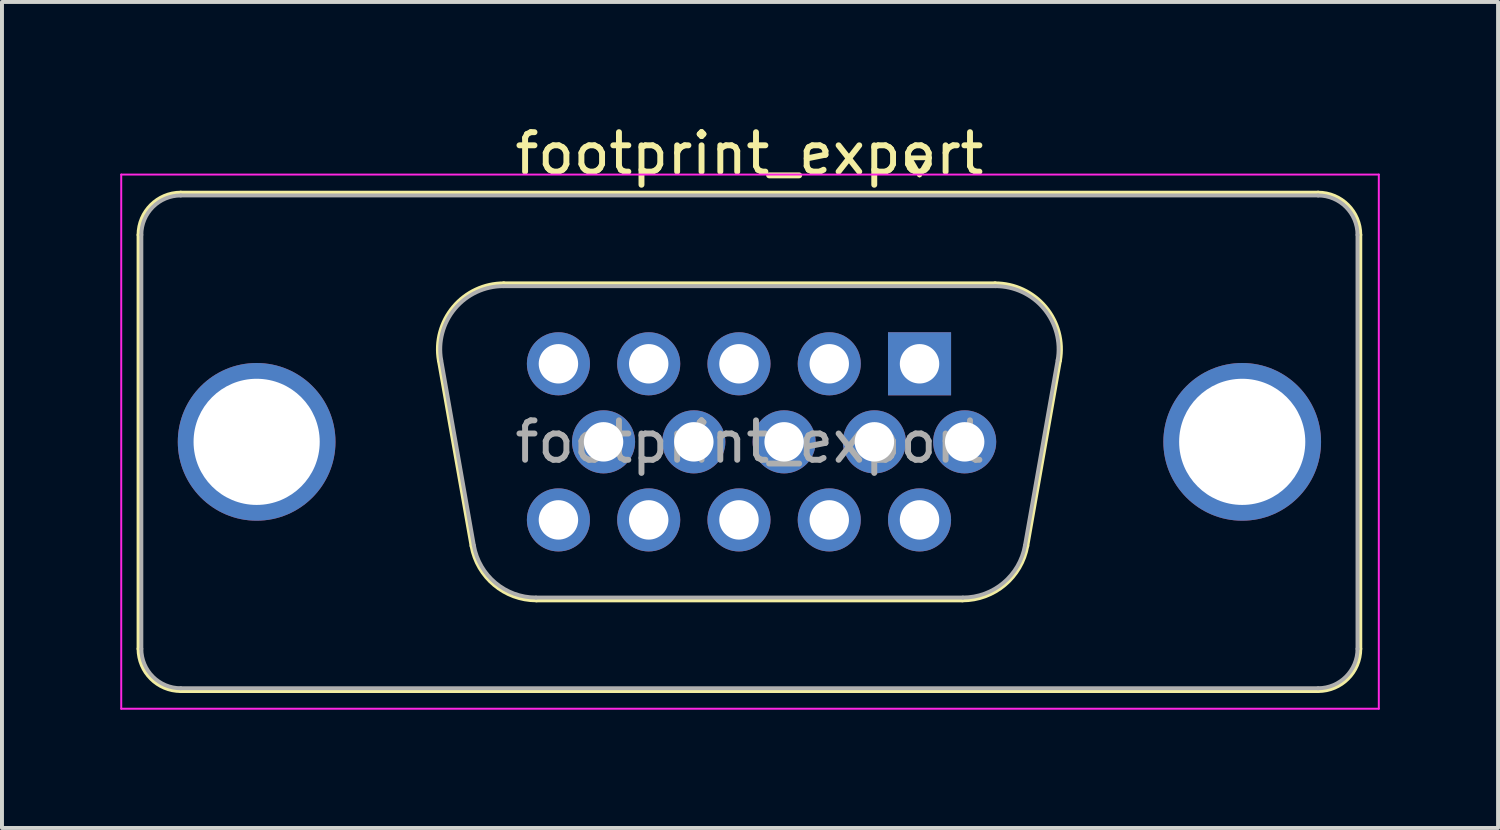
<source format=kicad_pcb>
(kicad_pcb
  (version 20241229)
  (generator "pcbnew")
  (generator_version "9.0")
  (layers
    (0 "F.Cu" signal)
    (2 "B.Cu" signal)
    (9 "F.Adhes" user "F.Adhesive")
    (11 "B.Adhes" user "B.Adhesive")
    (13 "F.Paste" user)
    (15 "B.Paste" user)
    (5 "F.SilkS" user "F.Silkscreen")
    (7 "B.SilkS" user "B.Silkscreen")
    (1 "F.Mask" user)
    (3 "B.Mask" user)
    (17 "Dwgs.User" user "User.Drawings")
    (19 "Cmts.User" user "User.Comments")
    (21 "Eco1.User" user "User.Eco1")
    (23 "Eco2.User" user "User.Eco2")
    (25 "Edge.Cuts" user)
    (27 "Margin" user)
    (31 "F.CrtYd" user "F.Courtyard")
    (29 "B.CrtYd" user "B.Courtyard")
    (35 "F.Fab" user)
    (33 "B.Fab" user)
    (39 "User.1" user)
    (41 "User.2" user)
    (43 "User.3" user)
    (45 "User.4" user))
  (footprint "footprint_export"
    (layer "F.Cu")
    (at 20.275 6.178)
    (property "Reference" "footprint_export" (at -4.315 -5.33 0) (layer "F.SilkS") (effects (font (size 1 1) (thickness 0.15))))
    (attr through_hole)
    (fp_line (start -19.8 7.23) (end -19.8 -3.27) (stroke (width 0.12) (type solid)) (layer "F.SilkS"))
    (fp_line (start -18.74 -4.33) (end 10.11 -4.33) (stroke (width 0.12) (type solid)) (layer "F.SilkS"))
    (fp_line (start -12.181 -0.082) (end -11.353 4.618) (stroke (width 0.12) (type solid)) (layer "F.SilkS"))
    (fp_line (start -10.547 -2.03) (end 1.917 -2.03) (stroke (width 0.12) (type solid)) (layer "F.SilkS"))
    (fp_line (start -9.718 5.99) (end 1.088 5.99) (stroke (width 0.12) (type solid)) (layer "F.SilkS"))
    (fp_line (start -0.25 -5.224) (end 0.25 -5.224) (stroke (width 0.12) (type solid)) (layer "F.SilkS"))
    (fp_line (start 0 -4.791) (end -0.25 -5.224) (stroke (width 0.12) (type solid)) (layer "F.SilkS"))
    (fp_line (start 0.25 -5.224) (end 0 -4.791) (stroke (width 0.12) (type solid)) (layer "F.SilkS"))
    (fp_line (start 3.551 -0.082) (end 2.723 4.618) (stroke (width 0.12) (type solid)) (layer "F.SilkS"))
    (fp_line (start 10.11 8.29) (end -18.74 8.29) (stroke (width 0.12) (type solid)) (layer "F.SilkS"))
    (fp_line (start 11.17 -3.27) (end 11.17 7.23) (stroke (width 0.12) (type solid)) (layer "F.SilkS"))
    (fp_arc (start -19.8 -3.27) (mid -19.489533 -4.019533) (end -18.74 -4.33) (stroke (width 0.12) (type solid)) (layer "F.SilkS"))
    (fp_arc (start -18.74 8.29) (mid -19.489533 7.979533) (end -19.8 7.23) (stroke (width 0.12) (type solid)) (layer "F.SilkS"))
    (fp_arc (start -12.18147 -0.081744) (mid -11.818323 -1.437028) (end -10.546689 -2.03) (stroke (width 0.12) (type solid)) (layer "F.SilkS"))
    (fp_arc (start -9.717952 5.99) (mid -10.784979 5.601634) (end -11.352733 4.618256) (stroke (width 0.12) (type solid)) (layer "F.SilkS"))
    (fp_arc (start 1.916689 -2.03) (mid 3.188323 -1.437027) (end 3.55147 -0.081744) (stroke (width 0.12) (type solid)) (layer "F.SilkS"))
    (fp_arc (start 2.722733 4.618256) (mid 2.15498 5.601634) (end 1.087952 5.99) (stroke (width 0.12) (type solid)) (layer "F.SilkS"))
    (fp_arc (start 10.11 -4.33) (mid 10.859533 -4.019533) (end 11.17 -3.27) (stroke (width 0.12) (type solid)) (layer "F.SilkS"))
    (fp_arc (start 11.17 7.23) (mid 10.859533 7.979533) (end 10.11 8.29) (stroke (width 0.12) (type solid)) (layer "F.SilkS"))
    (fp_line (start -20.25 -4.8) (end -20.25 8.75) (stroke (width 0.05) (type solid)) (layer "F.CrtYd"))
    (fp_line (start -20.25 8.75) (end 11.65 8.75) (stroke (width 0.05) (type solid)) (layer "F.CrtYd"))
    (fp_line (start 11.65 -4.8) (end -20.25 -4.8) (stroke (width 0.05) (type solid)) (layer "F.CrtYd"))
    (fp_line (start 11.65 8.75) (end 11.65 -4.8) (stroke (width 0.05) (type solid)) (layer "F.CrtYd"))
    (fp_line (start -19.74 7.23) (end -19.74 -3.27) (stroke (width 0.1) (type solid)) (layer "F.Fab"))
    (fp_line (start -18.74 -4.27) (end 10.11 -4.27) (stroke (width 0.1) (type solid)) (layer "F.Fab"))
    (fp_line (start -12.134 -0.092) (end -11.305 4.608) (stroke (width 0.1) (type solid)) (layer "F.Fab"))
    (fp_line (start -10.558 -1.97) (end 1.928 -1.97) (stroke (width 0.1) (type solid)) (layer "F.Fab"))
    (fp_line (start -9.729 5.93) (end 1.099 5.93) (stroke (width 0.1) (type solid)) (layer "F.Fab"))
    (fp_line (start 3.504 -0.092) (end 2.675 4.608) (stroke (width 0.1) (type solid)) (layer "F.Fab"))
    (fp_line (start 10.11 8.23) (end -18.74 8.23) (stroke (width 0.1) (type solid)) (layer "F.Fab"))
    (fp_line (start 11.11 -3.27) (end 11.11 7.23) (stroke (width 0.1) (type solid)) (layer "F.Fab"))
    (fp_arc (start -19.74 -3.27) (mid -19.447107 -3.977107) (end -18.74 -4.27) (stroke (width 0.1) (type solid)) (layer "F.Fab"))
    (fp_arc (start -18.74 8.23) (mid -19.447107 7.937107) (end -19.74 7.23) (stroke (width 0.1) (type solid)) (layer "F.Fab"))
    (fp_arc (start -12.133886 -0.092163) (mid -11.783865 -1.39846) (end -10.558194 -1.97) (stroke (width 0.1) (type solid)) (layer "F.Fab"))
    (fp_arc (start -9.729457 5.93) (mid -10.757917 5.555671) (end -11.305149 4.607837) (stroke (width 0.1) (type solid)) (layer "F.Fab"))
    (fp_arc (start 1.928194 -1.97) (mid 3.153865 -1.39846) (end 3.503886 -0.092163) (stroke (width 0.1) (type solid)) (layer "F.Fab"))
    (fp_arc (start 2.675149 4.607837) (mid 2.127917 5.555671) (end 1.099457 5.93) (stroke (width 0.1) (type solid)) (layer "F.Fab"))
    (fp_arc (start 10.11 -4.27) (mid 10.817107 -3.977107) (end 11.11 -3.27) (stroke (width 0.1) (type solid)) (layer "F.Fab"))
    (fp_arc (start 11.11 7.23) (mid 10.817107 7.937107) (end 10.11 8.23) (stroke (width 0.1) (type solid)) (layer "F.Fab"))
    (fp_text user "${REFERENCE}" (at -4.315 1.98 0) (layer "F.Fab") (effects (font (size 1 1) (thickness 0.15))))
    (pad "0" thru_hole circle (at -16.815 1.98) (size 4 4) (drill 3.2) (layers "*.Cu" "*.Mask"))
    (pad "0" thru_hole circle (at 8.185 1.98) (size 4 4) (drill 3.2) (layers "*.Cu" "*.Mask"))
    (pad "1" thru_hole rect (at 0 0) (size 1.6 1.6) (drill 1) (layers "*.Cu" "*.Mask"))
    (pad "2" thru_hole circle (at -2.29 0) (size 1.6 1.6) (drill 1) (layers "*.Cu" "*.Mask"))
    (pad "3" thru_hole circle (at -4.58 0) (size 1.6 1.6) (drill 1) (layers "*.Cu" "*.Mask"))
    (pad "4" thru_hole circle (at -6.87 0) (size 1.6 1.6) (drill 1) (layers "*.Cu" "*.Mask"))
    (pad "5" thru_hole circle (at -9.16 0) (size 1.6 1.6) (drill 1) (layers "*.Cu" "*.Mask"))
    (pad "6" thru_hole circle (at 1.145 1.98) (size 1.6 1.6) (drill 1) (layers "*.Cu" "*.Mask"))
    (pad "7" thru_hole circle (at -1.145 1.98) (size 1.6 1.6) (drill 1) (layers "*.Cu" "*.Mask"))
    (pad "8" thru_hole circle (at -3.435 1.98) (size 1.6 1.6) (drill 1) (layers "*.Cu" "*.Mask"))
    (pad "9" thru_hole circle (at -5.725 1.98) (size 1.6 1.6) (drill 1) (layers "*.Cu" "*.Mask"))
    (pad "10" thru_hole circle (at -8.015 1.98) (size 1.6 1.6) (drill 1) (layers "*.Cu" "*.Mask"))
    (pad "11" thru_hole circle (at 0 3.96) (size 1.6 1.6) (drill 1) (layers "*.Cu" "*.Mask"))
    (pad "12" thru_hole circle (at -2.29 3.96) (size 1.6 1.6) (drill 1) (layers "*.Cu" "*.Mask"))
    (pad "13" thru_hole circle (at -4.58 3.96) (size 1.6 1.6) (drill 1) (layers "*.Cu" "*.Mask"))
    (pad "14" thru_hole circle (at -6.87 3.96) (size 1.6 1.6) (drill 1) (layers "*.Cu" "*.Mask"))
    (pad "15" thru_hole circle (at -9.16 3.96) (size 1.6 1.6) (drill 1) (layers "*.Cu" "*.Mask")))
  (gr_rect
    (start -3 -3)
    (end 34.95 17.953)
    (stroke (width 0.1) (type default))
    (fill no)
    (layer "Edge.Cuts")))
</source>
